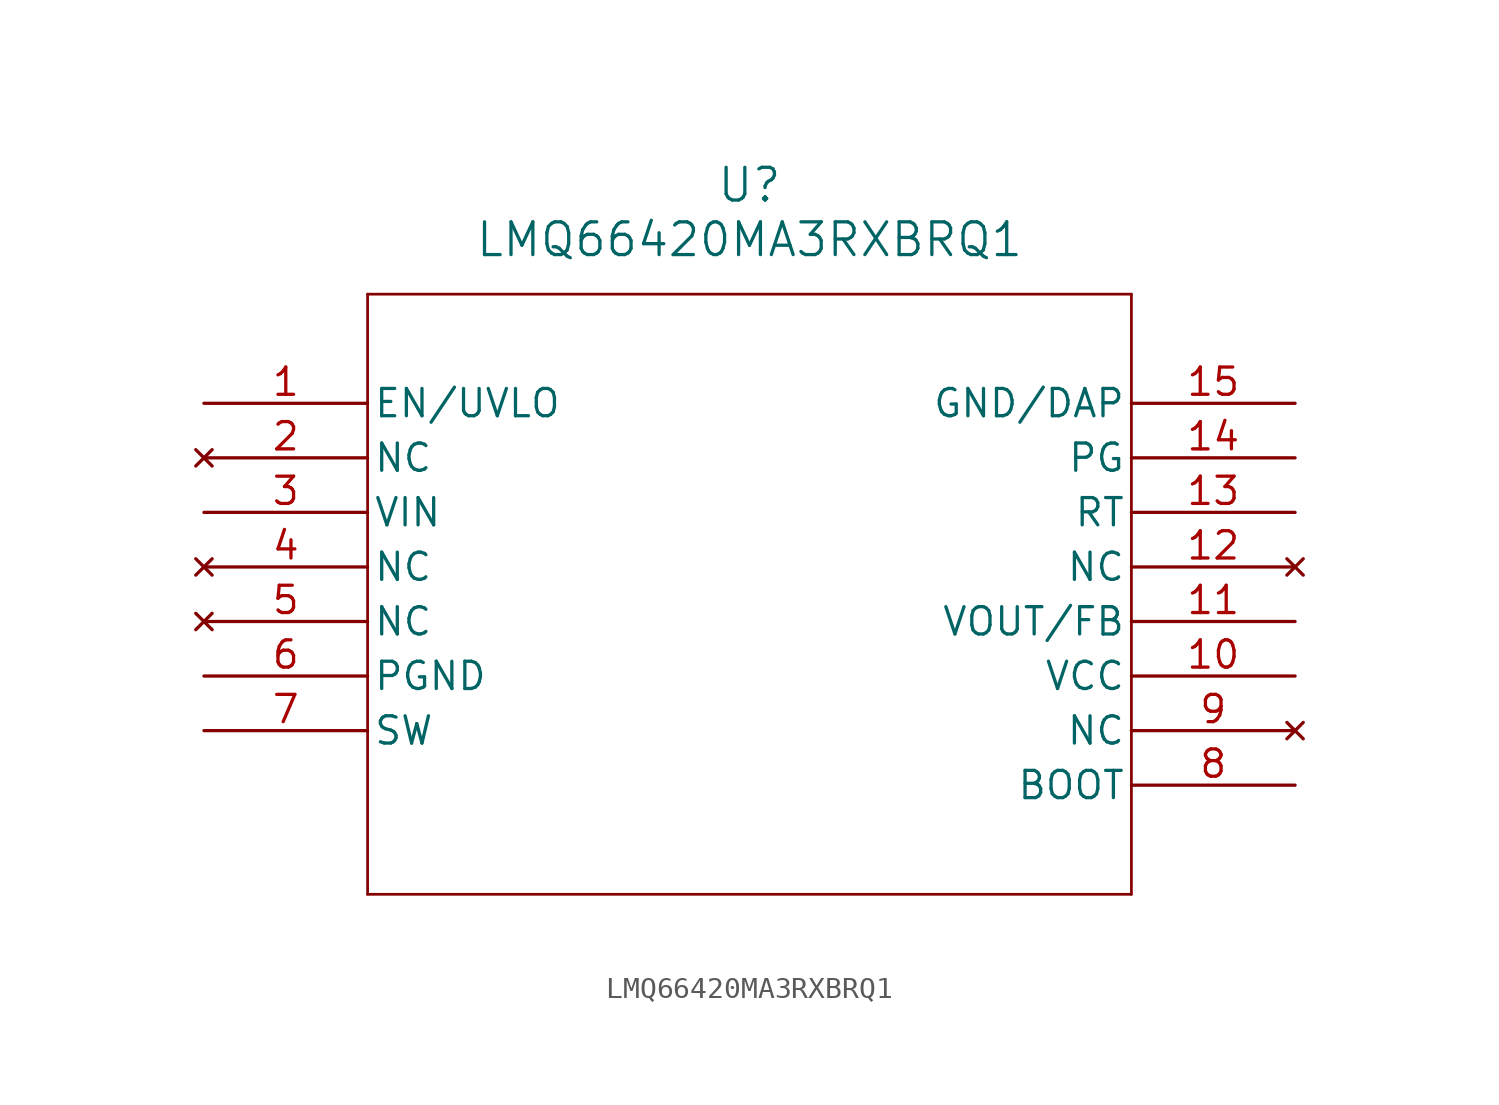
<source format=kicad_sym>
(kicad_symbol_lib
  (version 20211014)
  (generator kicad_symbol_editor)
  (symbol "LMQ66420MA3RXBRQ1"
    (pin_names
      (offset 0.254))
    (property "Reference" "U"
      (at 25.4 10.16 0)
      (effects (font (size 1.524 1.524))))
    (property "Value" "LMQ66420MA3RXBRQ1"
      (at 25.4 7.62 0)
      (effects (font (size 1.524 1.524))))
    (symbol "LMQ66420MA3RXBRQ1_0_1"
      (polyline (pts (xy 7.62 5.08) (xy 7.62 -22.86)) (stroke (width 0.127) (type default) (color 0 0 0 0)) (fill (type none)))
      (polyline (pts (xy 7.62 -22.86) (xy 43.18 -22.86)) (stroke (width 0.127) (type default) (color 0 0 0 0)) (fill (type none)))
      (polyline (pts (xy 43.18 -22.86) (xy 43.18 5.08)) (stroke (width 0.127) (type default) (color 0 0 0 0)) (fill (type none)))
      (polyline (pts (xy 43.18 5.08) (xy 7.62 5.08)) (stroke (width 0.127) (type default) (color 0 0 0 0)) (fill (type none)))
      (pin unspecified line (at 0 0 0) (length 7.62) (name "EN/UVLO" (effects (font (size 1.27 1.27)))) (number "1" (effects (font (size 1.27 1.27)))))
      (pin no_connect line (at 0 -2.54 0) (length 7.62) (name "NC" (effects (font (size 1.27 1.27)))) (number "2" (effects (font (size 1.27 1.27)))))
      (pin power_in line (at 0 -5.08 0) (length 7.62) (name "VIN" (effects (font (size 1.27 1.27)))) (number "3" (effects (font (size 1.27 1.27)))))
      (pin no_connect line (at 0 -7.62 0) (length 7.62) (name "NC" (effects (font (size 1.27 1.27)))) (number "4" (effects (font (size 1.27 1.27)))))
      (pin no_connect line (at 0 -10.16 0) (length 7.62) (name "NC" (effects (font (size 1.27 1.27)))) (number "5" (effects (font (size 1.27 1.27)))))
      (pin power_out line (at 0 -12.7 0) (length 7.62) (name "PGND" (effects (font (size 1.27 1.27)))) (number "6" (effects (font (size 1.27 1.27)))))
      (pin power_in line (at 0 -15.24 0) (length 7.62) (name "SW" (effects (font (size 1.27 1.27)))) (number "7" (effects (font (size 1.27 1.27)))))
      (pin power_in line (at 50.8 -17.78 180) (length 7.62) (name "BOOT" (effects (font (size 1.27 1.27)))) (number "8" (effects (font (size 1.27 1.27)))))
      (pin no_connect line (at 50.8 -15.24 180) (length 7.62) (name "NC" (effects (font (size 1.27 1.27)))) (number "9" (effects (font (size 1.27 1.27)))))
      (pin unspecified line (at 50.8 -12.7 180) (length 7.62) (name "VCC" (effects (font (size 1.27 1.27)))) (number "10" (effects (font (size 1.27 1.27)))))
      (pin unspecified line (at 50.8 -10.16 180) (length 7.62) (name "VOUT/FB" (effects (font (size 1.27 1.27)))) (number "11" (effects (font (size 1.27 1.27)))))
      (pin no_connect line (at 50.8 -7.62 180) (length 7.62) (name "NC" (effects (font (size 1.27 1.27)))) (number "12" (effects (font (size 1.27 1.27)))))
      (pin unspecified line (at 50.8 -5.08 180) (length 7.62) (name "RT" (effects (font (size 1.27 1.27)))) (number "13" (effects (font (size 1.27 1.27)))))
      (pin unspecified line (at 50.8 -2.54 180) (length 7.62) (name "PG" (effects (font (size 1.27 1.27)))) (number "14" (effects (font (size 1.27 1.27)))))
      (pin power_out line (at 50.8 0 180) (length 7.62) (name "GND/DAP" (effects (font (size 1.27 1.27)))) (number "15" (effects (font (size 1.27 1.27))))))))
</source>
